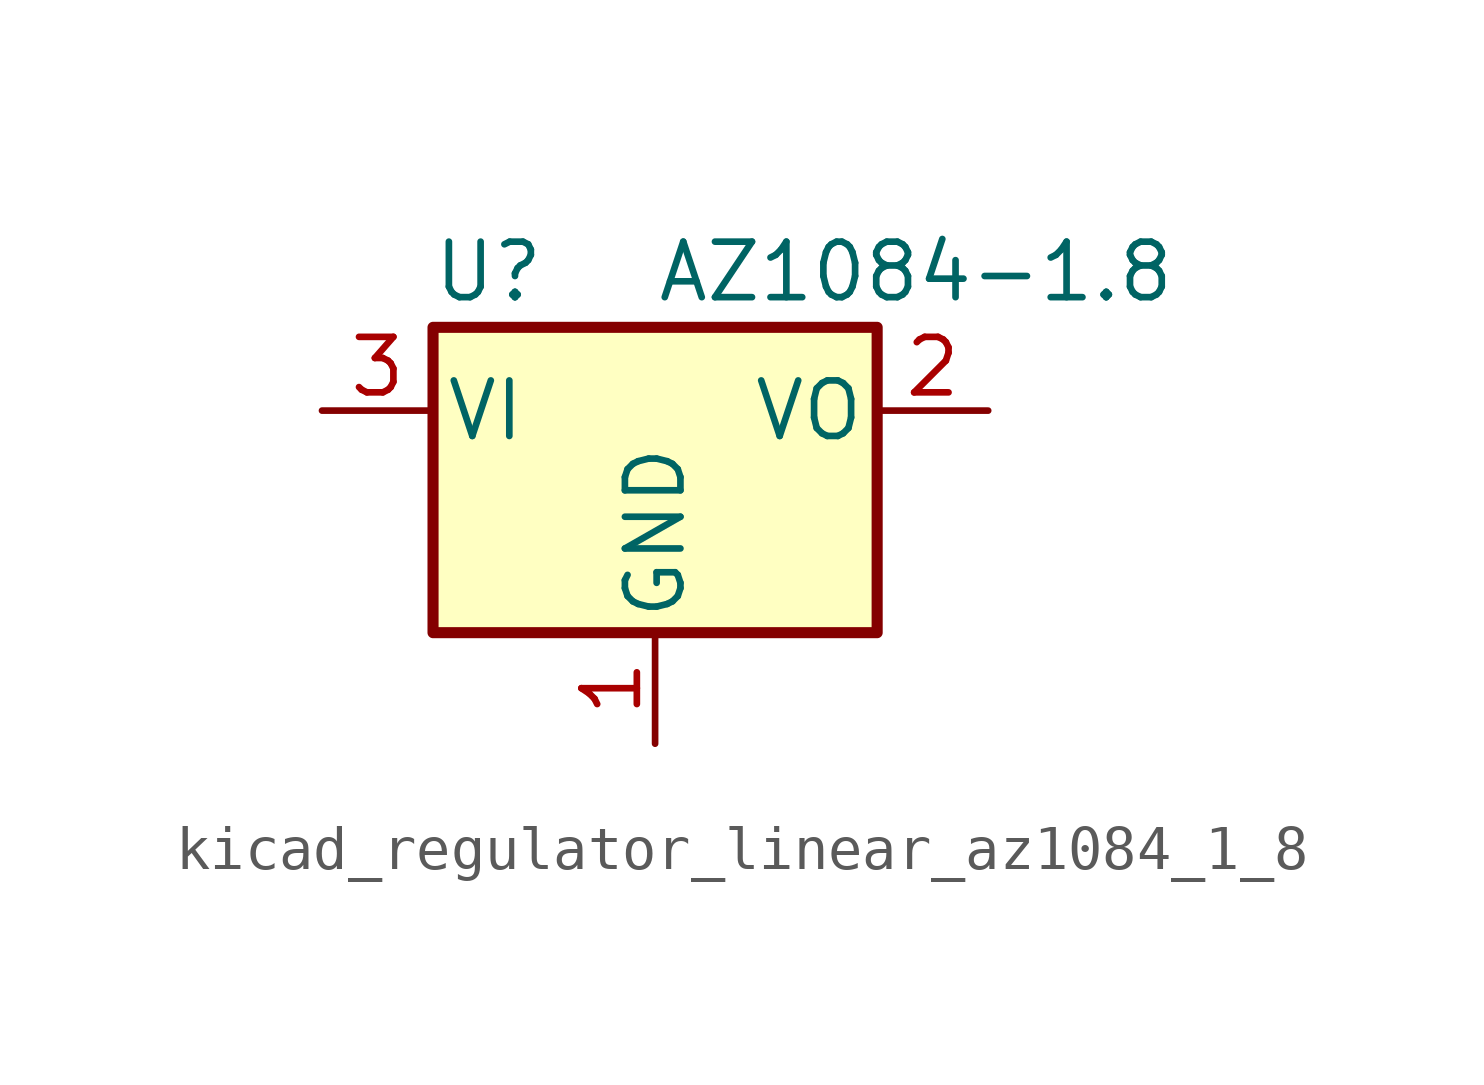
<source format=kicad_sym>
(kicad_symbol_lib
  (version 20220914)
  (generator kicad_symbol_editor)
  (symbol "kicad_regulator_linear_az1084_1_8"
    (pin_names
      (offset 0.254))
    (property "Reference" "U"
      (at -3.81 3.175 0)
      (effects (font (size 1.27 1.27))))
    (property "Value" "AZ1084-1.8"
      (at 0 3.175 0)
      (effects (font (size 1.27 1.27)) (justify left)))
    (symbol "kicad_regulator_linear_az1084_1_8_0_1"
      (rectangle (start -5.08 1.905) (end 5.08 -5.08) (stroke (width 0.254) (type default)) (fill (type background))))
    (symbol "kicad_regulator_linear_az1084_1_8_1_1"
      (pin power_in line (at 0 -7.62 90) (length 2.54) (name "GND" (effects (font (size 1.27 1.27)))) (number "1" (effects (font (size 1.27 1.27)))))
      (pin power_out line (at 7.62 0 180) (length 2.54) (name "VO" (effects (font (size 1.27 1.27)))) (number "2" (effects (font (size 1.27 1.27)))))
      (pin power_in line (at -7.62 0 0) (length 2.54) (name "VI" (effects (font (size 1.27 1.27)))) (number "3" (effects (font (size 1.27 1.27))))))))
</source>
